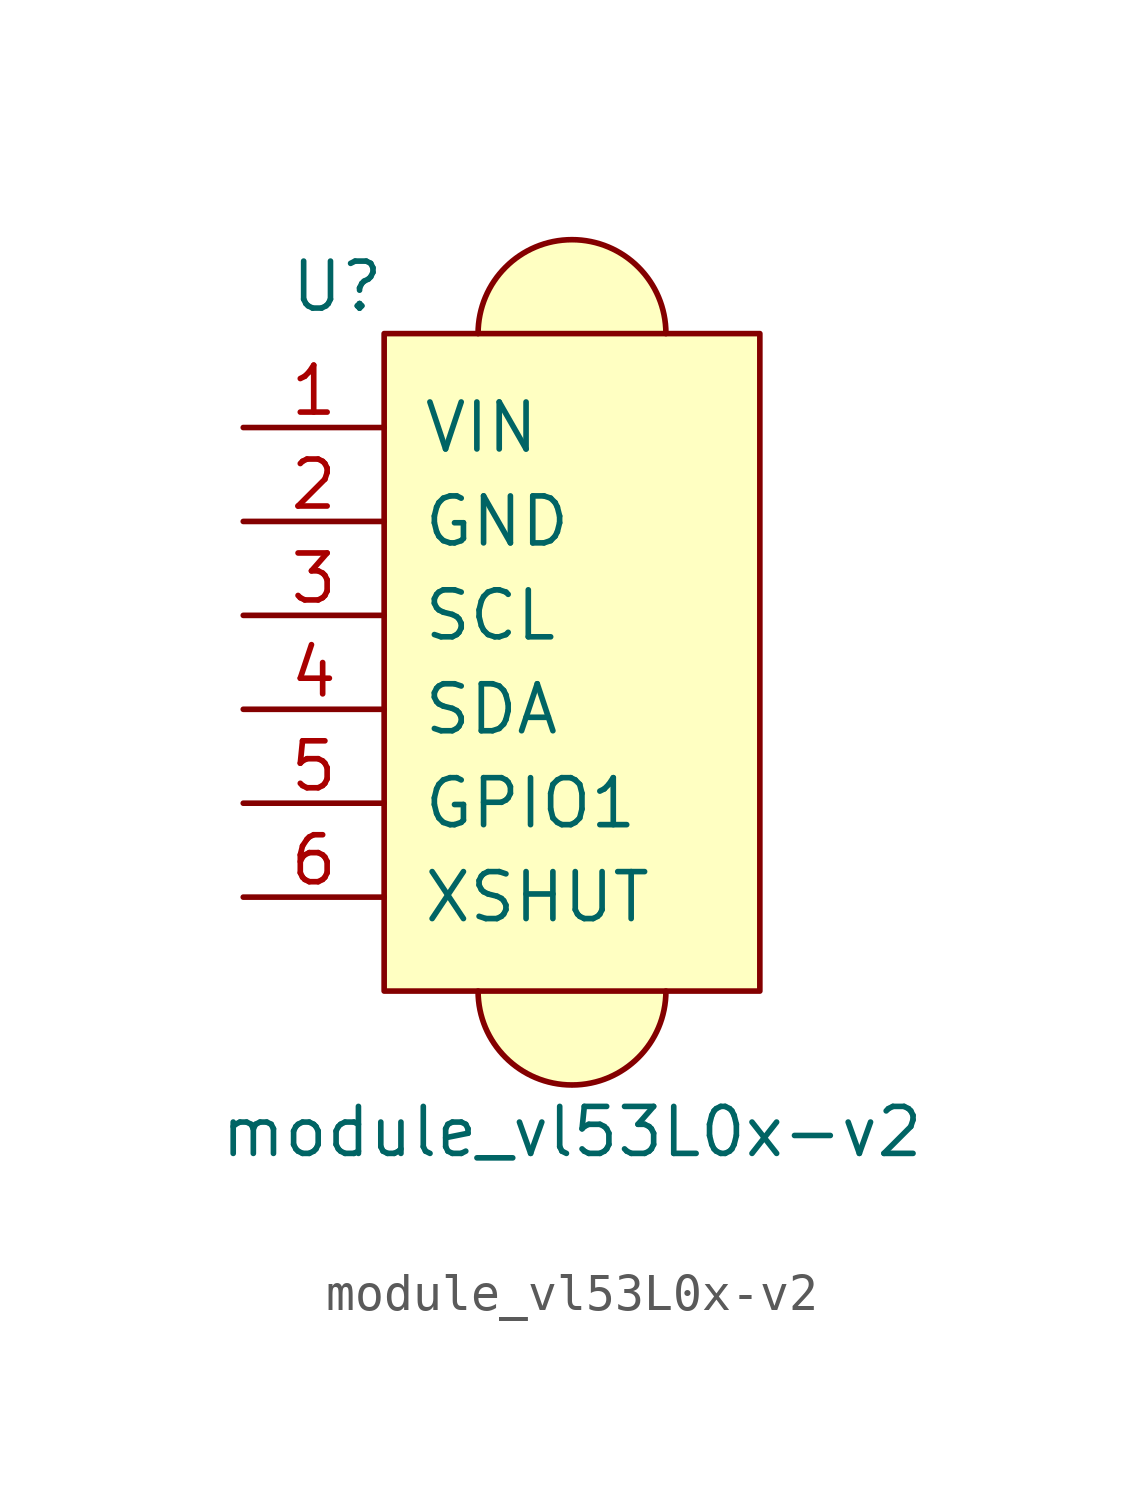
<source format=kicad_sym>
(kicad_symbol_lib
  (version 20231120)
  (generator "kicad_symbol_editor")
  (generator_version "8.0")
  (symbol "module_vl53L0x-v2"
    (pin_names
      (offset 1.016))
    (property "Reference" "U"
      (at 2.54 1.27 0)
      (effects (font (size 1.27 1.27))))
    (property "Value" "module_vl53L0x-v2"
      (at 8.89 -21.59 0)
      (effects (font (size 1.27 1.27))))
    (symbol "module_vl53L0x-v2_0_1"
      (rectangle (start 3.81 0) (end 13.97 -17.78) (stroke (width 0) (type default)) (fill (type background)))
      (arc (start 6.35 -17.78) (mid 8.89 -20.3089) (end 11.43 -17.78) (stroke (width 0) (type default)) (fill (type background)))
      (arc (start 11.43 0) (mid 8.89 2.529) (end 6.35 0) (stroke (width 0) (type default)) (fill (type background))))
    (symbol "module_vl53L0x-v2_1_1"
      (pin passive line (at 0 -2.54 0) (length 3.81) (name "VIN" (effects (font (size 1.27 1.27)))) (number "1" (effects (font (size 1.27 1.27)))))
      (pin passive line (at 0 -5.08 0) (length 3.81) (name "GND" (effects (font (size 1.27 1.27)))) (number "2" (effects (font (size 1.27 1.27)))))
      (pin passive line (at 0 -7.62 0) (length 3.81) (name "SCL" (effects (font (size 1.27 1.27)))) (number "3" (effects (font (size 1.27 1.27)))))
      (pin passive line (at 0 -10.16 0) (length 3.81) (name "SDA" (effects (font (size 1.27 1.27)))) (number "4" (effects (font (size 1.27 1.27)))))
      (pin passive line (at 0 -12.7 0) (length 3.81) (name "GPIO1" (effects (font (size 1.27 1.27)))) (number "5" (effects (font (size 1.27 1.27)))))
      (pin passive line (at 0 -15.24 0) (length 3.81) (name "XSHUT" (effects (font (size 1.27 1.27)))) (number "6" (effects (font (size 1.27 1.27))))))))
</source>
